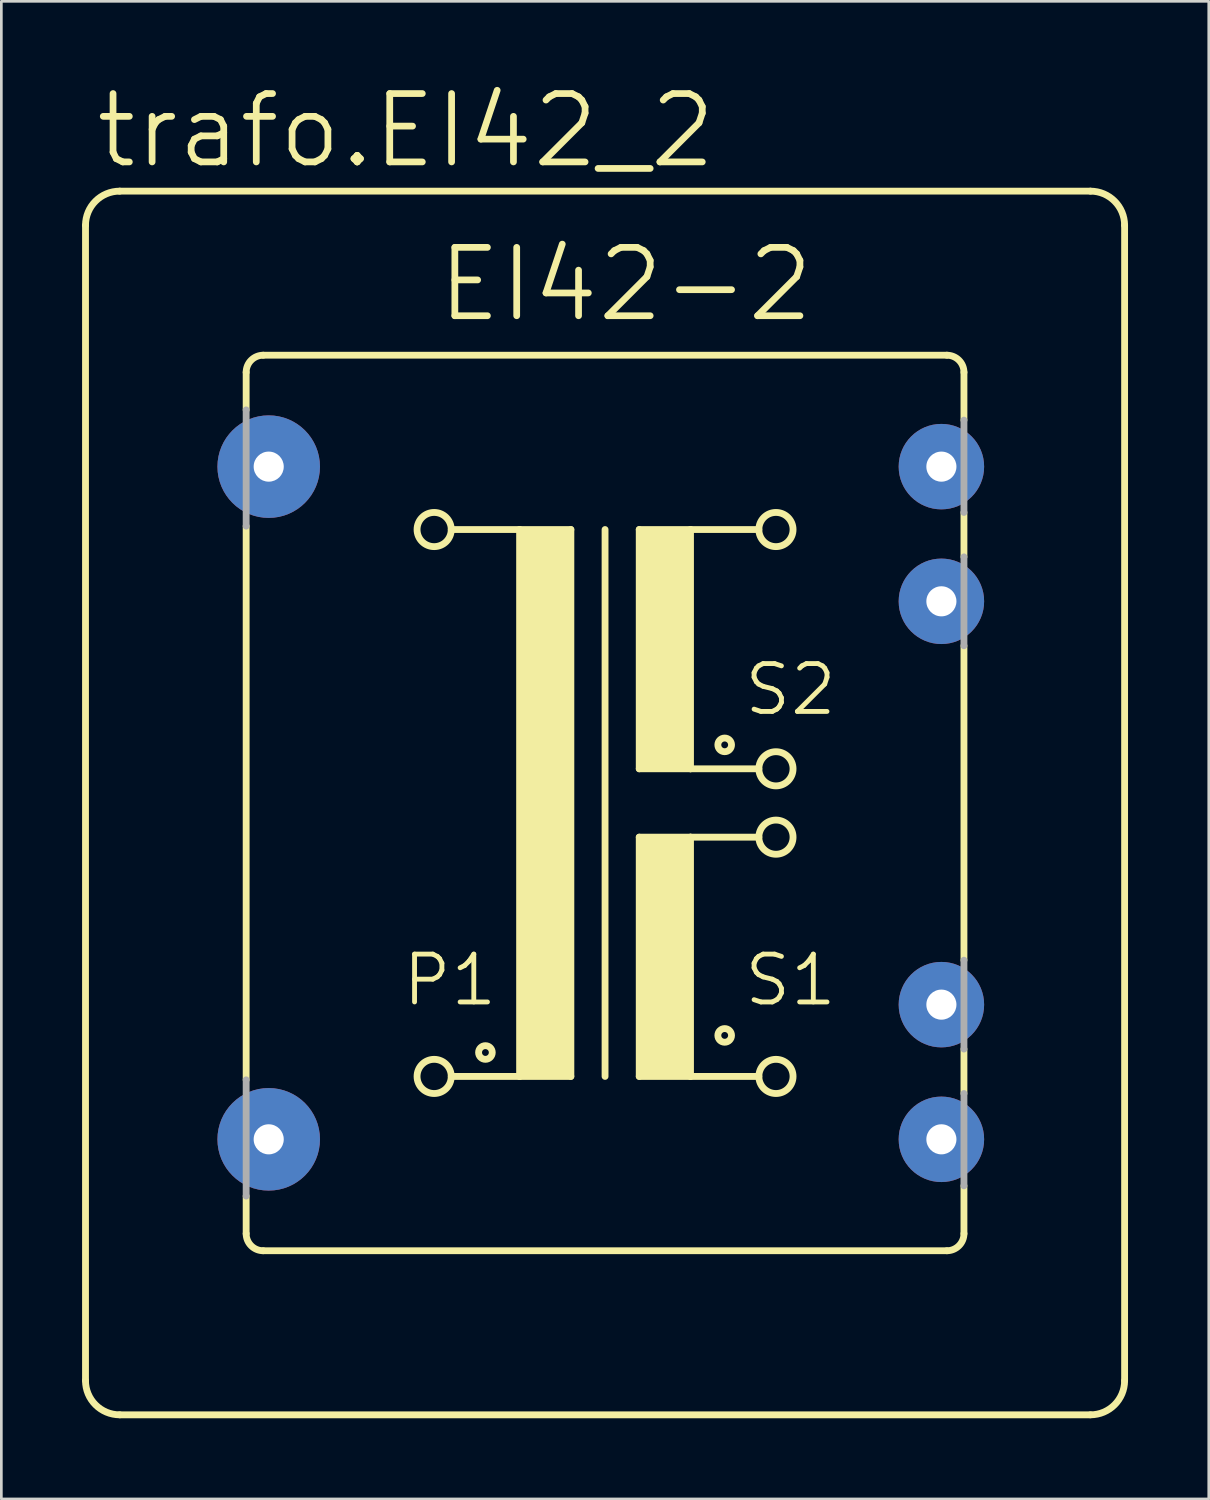
<source format=kicad_pcb>
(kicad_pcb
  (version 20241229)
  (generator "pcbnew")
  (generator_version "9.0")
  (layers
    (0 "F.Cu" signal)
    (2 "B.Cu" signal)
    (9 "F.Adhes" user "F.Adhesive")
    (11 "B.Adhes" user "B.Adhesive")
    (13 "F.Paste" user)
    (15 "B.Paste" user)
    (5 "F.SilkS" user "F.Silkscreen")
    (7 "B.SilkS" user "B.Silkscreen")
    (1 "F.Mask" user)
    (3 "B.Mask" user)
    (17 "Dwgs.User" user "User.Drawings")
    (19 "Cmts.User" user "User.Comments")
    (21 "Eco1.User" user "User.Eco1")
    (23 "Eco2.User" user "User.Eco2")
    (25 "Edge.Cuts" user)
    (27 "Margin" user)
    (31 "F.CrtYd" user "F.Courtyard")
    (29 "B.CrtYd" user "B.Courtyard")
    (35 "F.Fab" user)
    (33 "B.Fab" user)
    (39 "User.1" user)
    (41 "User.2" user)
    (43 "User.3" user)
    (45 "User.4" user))
  (footprint "trafo.EI42_2"
    (layer "F.Cu")
    (at 19.431 26.785)
    (property "Reference" "trafo.EI42_2" (at -19.05 -23.495 0) (layer "F.SilkS") (effects (font (size 2.54 2.54) (thickness 0.25)) (justify left bottom)))
    (attr through_hole)
    (fp_line (start -19.304 21.463) (end -19.304 -21.463) (stroke (width 0.254) (type default)) (layer "F.SilkS"))
    (fp_line (start -18.034 -22.733) (end 18.034 -22.733) (stroke (width 0.254) (type default)) (layer "F.SilkS"))
    (fp_line (start -13.335 -14.605) (end -13.335 -16.002) (stroke (width 0.254) (type default)) (layer "F.SilkS"))
    (fp_line (start -13.335 -10.287) (end -13.335 10.287) (stroke (width 0.254) (type default)) (layer "F.SilkS"))
    (fp_line (start -13.335 16.002) (end -13.335 14.605) (stroke (width 0.254) (type default)) (layer "F.SilkS"))
    (fp_line (start -12.7 -16.637) (end 12.7 -16.637) (stroke (width 0.254) (type default)) (layer "F.SilkS"))
    (fp_line (start -12.7 16.637) (end 12.7 16.637) (stroke (width 0.254) (type default)) (layer "F.SilkS"))
    (fp_line (start -5.715 -10.16) (end -3.175 -10.16) (stroke (width 0.254) (type default)) (layer "F.SilkS"))
    (fp_line (start -3.175 -10.16) (end -3.175 10.16) (stroke (width 0.254) (type default)) (layer "F.SilkS"))
    (fp_line (start -3.175 -10.16) (end -1.27 -10.16) (stroke (width 0.254) (type default)) (layer "F.SilkS"))
    (fp_line (start -3.175 10.16) (end -5.715 10.16) (stroke (width 0.254) (type default)) (layer "F.SilkS"))
    (fp_line (start -1.27 -10.16) (end -1.27 10.16) (stroke (width 0.254) (type default)) (layer "F.SilkS"))
    (fp_line (start -1.27 10.16) (end -3.175 10.16) (stroke (width 0.254) (type default)) (layer "F.SilkS"))
    (fp_line (start 0 -10.16) (end 0 10.16) (stroke (width 0.254) (type default)) (layer "F.SilkS"))
    (fp_line (start 1.27 -10.16) (end 1.27 -1.27) (stroke (width 0.254) (type default)) (layer "F.SilkS"))
    (fp_line (start 1.27 -10.16) (end 3.175 -10.16) (stroke (width 0.254) (type default)) (layer "F.SilkS"))
    (fp_line (start 1.27 -1.27) (end 3.175 -1.27) (stroke (width 0.254) (type default)) (layer "F.SilkS"))
    (fp_line (start 1.27 1.27) (end 1.27 10.16) (stroke (width 0.254) (type default)) (layer "F.SilkS"))
    (fp_line (start 1.27 1.27) (end 3.175 1.27) (stroke (width 0.254) (type default)) (layer "F.SilkS"))
    (fp_line (start 1.27 10.16) (end 3.175 10.16) (stroke (width 0.254) (type default)) (layer "F.SilkS"))
    (fp_line (start 3.175 -10.16) (end 5.715 -10.16) (stroke (width 0.254) (type default)) (layer "F.SilkS"))
    (fp_line (start 3.175 -1.27) (end 3.175 -10.16) (stroke (width 0.254) (type default)) (layer "F.SilkS"))
    (fp_line (start 3.175 -1.27) (end 5.715 -1.27) (stroke (width 0.254) (type default)) (layer "F.SilkS"))
    (fp_line (start 3.175 1.27) (end 5.715 1.27) (stroke (width 0.254) (type default)) (layer "F.SilkS"))
    (fp_line (start 3.175 10.16) (end 3.175 1.27) (stroke (width 0.254) (type default)) (layer "F.SilkS"))
    (fp_line (start 3.175 10.16) (end 5.715 10.16) (stroke (width 0.254) (type default)) (layer "F.SilkS"))
    (fp_line (start 13.335 -16.002) (end 13.335 -14.224) (stroke (width 0.254) (type default)) (layer "F.SilkS"))
    (fp_line (start 13.335 -10.795) (end 13.335 -9.144) (stroke (width 0.254) (type default)) (layer "F.SilkS"))
    (fp_line (start 13.335 -5.842) (end 13.335 5.842) (stroke (width 0.254) (type default)) (layer "F.SilkS"))
    (fp_line (start 13.335 9.144) (end 13.335 10.795) (stroke (width 0.254) (type default)) (layer "F.SilkS"))
    (fp_line (start 13.335 16.002) (end 13.335 14.224) (stroke (width 0.254) (type default)) (layer "F.SilkS"))
    (fp_line (start 18.034 22.733) (end -18.034 22.733) (stroke (width 0.254) (type default)) (layer "F.SilkS"))
    (fp_line (start 19.304 -21.463) (end 19.304 21.463) (stroke (width 0.254) (type default)) (layer "F.SilkS"))
    (fp_rect (start -3.175 10.16) (end -1.27 -10.16) (stroke (width 0.05) (type default)) (fill yes) (layer "F.SilkS"))
    (fp_rect (start 1.27 -1.27) (end 3.175 -10.16) (stroke (width 0.05) (type default)) (fill yes) (layer "F.SilkS"))
    (fp_rect (start 1.27 10.16) (end 3.175 1.27) (stroke (width 0.05) (type default)) (fill yes) (layer "F.SilkS"))
    (fp_arc (start -19.304 -21.463) (mid -18.932026 -22.361026) (end -18.034 -22.733) (stroke (width 0.254) (type default)) (layer "F.SilkS"))
    (fp_arc (start -18.034 22.733) (mid -18.932026 22.361026) (end -19.304 21.463) (stroke (width 0.254) (type default)) (layer "F.SilkS"))
    (fp_arc (start -13.335 -16.002) (mid -13.149013 -16.451013) (end -12.7 -16.637) (stroke (width 0.254) (type default)) (layer "F.SilkS"))
    (fp_arc (start -12.7 16.637) (mid -13.149013 16.451013) (end -13.335 16.002) (stroke (width 0.254) (type default)) (layer "F.SilkS"))
    (fp_arc (start 12.7 -16.637) (mid 13.149013 -16.451013) (end 13.335 -16.002) (stroke (width 0.254) (type default)) (layer "F.SilkS"))
    (fp_arc (start 13.335 16.002) (mid 13.149013 16.451013) (end 12.7 16.637) (stroke (width 0.254) (type default)) (layer "F.SilkS"))
    (fp_arc (start 18.034 -22.733) (mid 18.932026 -22.361026) (end 19.304 -21.463) (stroke (width 0.254) (type default)) (layer "F.SilkS"))
    (fp_arc (start 19.304 21.463) (mid 18.932026 22.361026) (end 18.034 22.733) (stroke (width 0.254) (type default)) (layer "F.SilkS"))
    (fp_circle (center -6.35 -10.16) (end -5.715 -10.16) (stroke (width 0.254) (type default)) (fill no) (layer "F.SilkS"))
    (fp_circle (center -6.35 10.16) (end -5.715 10.16) (stroke (width 0.254) (type default)) (fill no) (layer "F.SilkS"))
    (fp_circle (center -4.445 9.271) (end -4.191 9.271) (stroke (width 0.254) (type default)) (fill no) (layer "F.SilkS"))
    (fp_circle (center 4.445 -2.159) (end 4.699 -2.159) (stroke (width 0.254) (type default)) (fill no) (layer "F.SilkS"))
    (fp_circle (center 4.445 8.636) (end 4.699 8.636) (stroke (width 0.254) (type default)) (fill no) (layer "F.SilkS"))
    (fp_circle (center 6.35 -10.16) (end 6.985 -10.16) (stroke (width 0.254) (type default)) (fill no) (layer "F.SilkS"))
    (fp_circle (center 6.35 -1.27) (end 6.985 -1.27) (stroke (width 0.254) (type default)) (fill no) (layer "F.SilkS"))
    (fp_circle (center 6.35 1.27) (end 6.985 1.27) (stroke (width 0.254) (type default)) (fill no) (layer "F.SilkS"))
    (fp_circle (center 6.35 10.16) (end 6.985 10.16) (stroke (width 0.254) (type default)) (fill no) (layer "F.SilkS"))
    (fp_line (start -13.335 -10.287) (end -13.335 -14.605) (stroke (width 0.254) (type default)) (layer "F.Fab"))
    (fp_line (start -13.335 10.287) (end -13.335 14.605) (stroke (width 0.254) (type default)) (layer "F.Fab"))
    (fp_line (start 13.335 -10.795) (end 13.335 -14.224) (stroke (width 0.254) (type default)) (layer "F.Fab"))
    (fp_line (start 13.335 -5.842) (end 13.335 -9.144) (stroke (width 0.254) (type default)) (layer "F.Fab"))
    (fp_line (start 13.335 9.144) (end 13.335 5.842) (stroke (width 0.254) (type default)) (layer "F.Fab"))
    (fp_line (start 13.335 14.224) (end 13.335 10.795) (stroke (width 0.254) (type default)) (layer "F.Fab"))
    (fp_text user "S1" (at 5.08 7.62 0) (layer "F.SilkS") (effects (font (size 1.778 1.778) (thickness 0.18)) (justify left bottom)))
    (fp_text user "EI42-2" (at -6.35 -17.78 0) (layer "F.SilkS") (effects (font (size 2.54 2.54) (thickness 0.25)) (justify left bottom)))
    (fp_text user "S2" (at 5.08 -3.175 0) (layer "F.SilkS") (effects (font (size 1.778 1.778) (thickness 0.18)) (justify left bottom)))
    (fp_text user "P1" (at -7.62 7.62 0) (layer "F.SilkS") (effects (font (size 1.778 1.778) (thickness 0.18)) (justify left bottom)))
    (pad "1" thru_hole circle (at -12.497 -12.497) (size 3.81 3.81) (drill 1.118) (layers "*.Cu" "*.Mask"))
    (pad "5" thru_hole circle (at -12.497 12.497) (size 3.81 3.81) (drill 1.118) (layers "*.Cu" "*.Mask"))
    (pad "6" thru_hole circle (at 12.497 12.497) (size 3.175 3.175) (drill 1.118) (layers "*.Cu" "*.Mask"))
    (pad "7" thru_hole circle (at 12.497 7.493) (size 3.175 3.175) (drill 1.118) (layers "*.Cu" "*.Mask"))
    (pad "9" thru_hole circle (at 12.497 -7.493) (size 3.175 3.175) (drill 1.118) (layers "*.Cu" "*.Mask"))
    (pad "10" thru_hole circle (at 12.497 -12.497) (size 3.175 3.175) (drill 1.118) (layers "*.Cu" "*.Mask")))
  (gr_rect
    (start -3 -3)
    (end 41.862 52.645)
    (stroke (width 0.1) (type default))
    (fill no)
    (layer "Edge.Cuts")))
</source>
